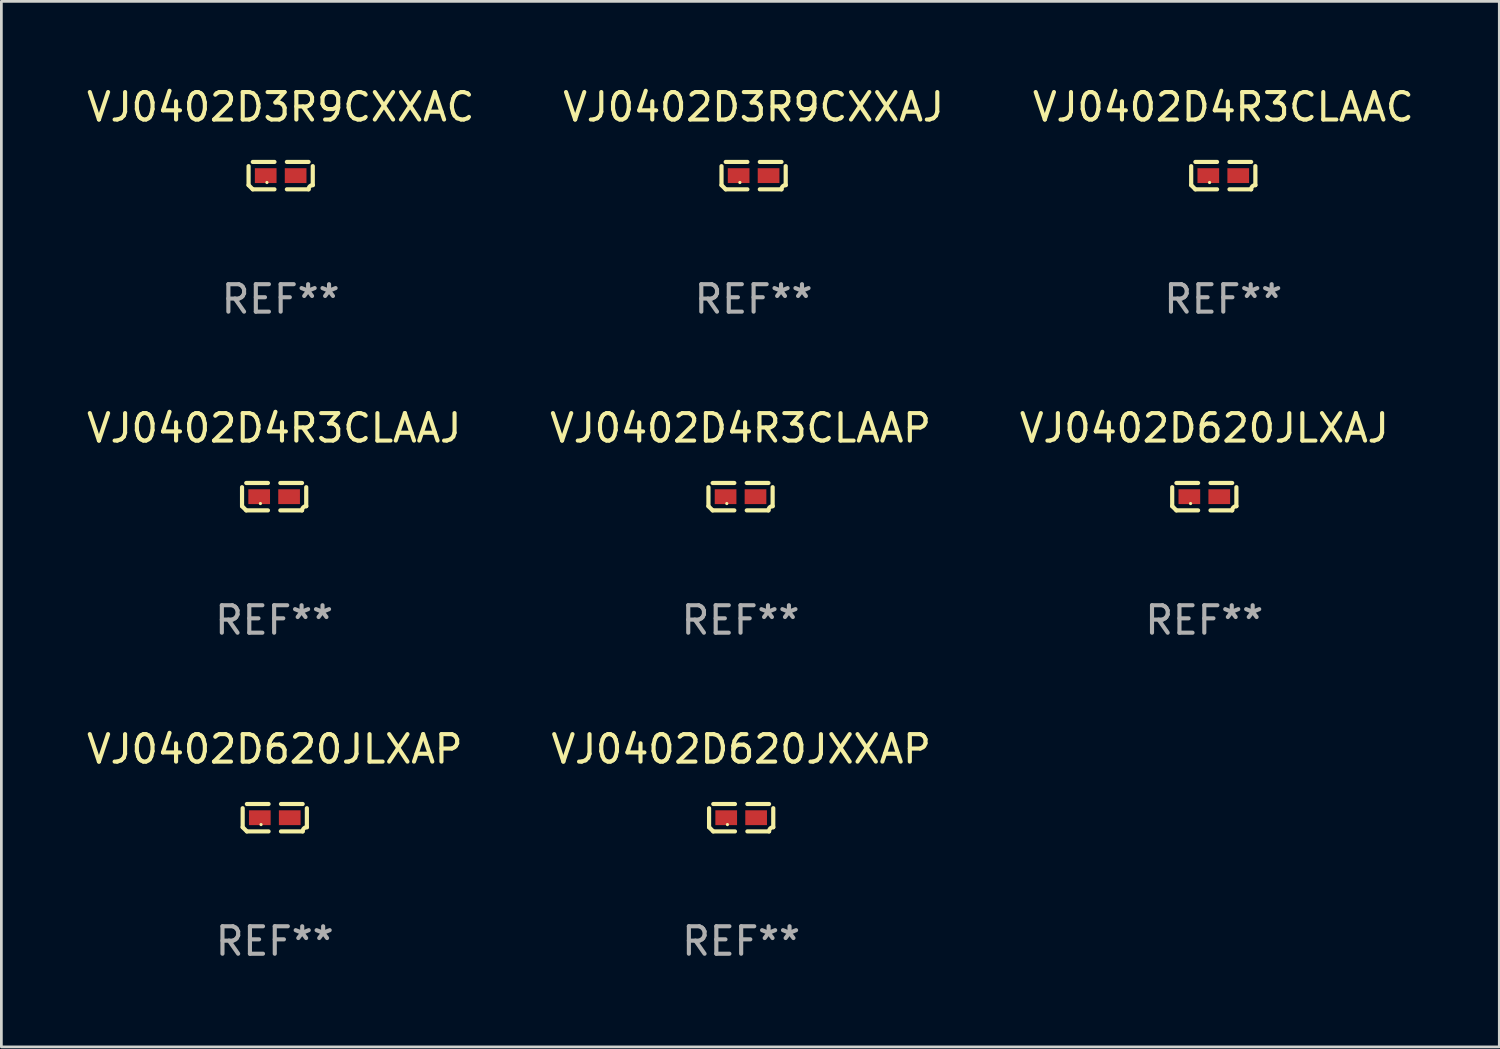
<source format=kicad_pcb>
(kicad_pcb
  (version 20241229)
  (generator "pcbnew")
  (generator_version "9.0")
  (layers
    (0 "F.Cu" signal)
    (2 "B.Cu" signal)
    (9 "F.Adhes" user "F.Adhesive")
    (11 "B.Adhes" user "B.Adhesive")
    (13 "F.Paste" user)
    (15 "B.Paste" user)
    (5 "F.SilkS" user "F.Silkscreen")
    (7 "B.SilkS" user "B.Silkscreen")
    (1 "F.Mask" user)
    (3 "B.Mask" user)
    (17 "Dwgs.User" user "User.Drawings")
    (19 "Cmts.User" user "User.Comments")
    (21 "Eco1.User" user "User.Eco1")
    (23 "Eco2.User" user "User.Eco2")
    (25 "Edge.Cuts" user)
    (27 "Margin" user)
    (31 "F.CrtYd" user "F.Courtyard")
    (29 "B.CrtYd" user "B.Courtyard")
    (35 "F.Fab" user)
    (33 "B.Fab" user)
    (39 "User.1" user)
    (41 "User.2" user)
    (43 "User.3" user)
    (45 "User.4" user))
  (footprint "VJ0402D4R3CLAAJ"
    (layer "F.Cu")
    (at 6.935 15.041)
    (property "Reference" "VJ0402D4R3CLAAJ" (at 0 -2.499 0) (layer "F.SilkS") (effects (font (size 1 1) (thickness 0.15))))
    (attr through_hole)
    (fp_line (start -1.169 0.346) (end -1.169 -0.346) (stroke (width 0.152) (type solid)) (layer "F.SilkS"))
    (fp_line (start -1.016 -0.499) (end -0.226 -0.499) (stroke (width 0.152) (type solid)) (layer "F.SilkS"))
    (fp_line (start -0.226 0.499) (end -1.016 0.499) (stroke (width 0.152) (type solid)) (layer "F.SilkS"))
    (fp_line (start 0.226 0.499) (end 1.016 0.499) (stroke (width 0.152) (type solid)) (layer "F.SilkS"))
    (fp_line (start 1.016 -0.499) (end 0.226 -0.499) (stroke (width 0.152) (type solid)) (layer "F.SilkS"))
    (fp_line (start 1.169 0.346) (end 1.169 -0.346) (stroke (width 0.152) (type solid)) (layer "F.SilkS"))
    (fp_arc (start -1.016307 0.498603) (mid -1.092512 0.422405) (end -1.16871 0.3462) (stroke (width 0.1524) (type solid)) (layer "F.SilkS"))
    (fp_arc (start 1.016307 0.498603) (mid 1.060899 0.390758) (end 1.168707 0.346076) (stroke (width 0.1524) (type solid)) (layer "F.SilkS"))
    (fp_circle (center -0.5 0.25) (end -0.47 0.25) (stroke (width 0.06) (type solid)) (fill no) (layer "F.SilkS"))
    (fp_text user "REF**" (at 0 4.499 0) (layer "F.Fab") (effects (font (size 1 1) (thickness 0.15))))
    (pad "1" smd rect (at -0.545 0) (size 0.79 0.54) (layers "F.Cu" "F.Mask" "F.Paste"))
    (pad "2" smd rect (at 0.545 0) (size 0.79 0.54) (layers "F.Cu" "F.Mask" "F.Paste")))
  (footprint "VJ0402D620JLXAJ"
    (layer "F.Cu")
    (at 40.815 15.041)
    (property "Reference" "VJ0402D620JLXAJ" (at 0 -2.499 0) (layer "F.SilkS") (effects (font (size 1 1) (thickness 0.15))))
    (attr through_hole)
    (fp_line (start -1.169 0.346) (end -1.169 -0.346) (stroke (width 0.152) (type solid)) (layer "F.SilkS"))
    (fp_line (start -1.016 -0.499) (end -0.226 -0.499) (stroke (width 0.152) (type solid)) (layer "F.SilkS"))
    (fp_line (start -0.226 0.499) (end -1.016 0.499) (stroke (width 0.152) (type solid)) (layer "F.SilkS"))
    (fp_line (start 0.226 0.499) (end 1.016 0.499) (stroke (width 0.152) (type solid)) (layer "F.SilkS"))
    (fp_line (start 1.016 -0.499) (end 0.226 -0.499) (stroke (width 0.152) (type solid)) (layer "F.SilkS"))
    (fp_line (start 1.169 0.346) (end 1.169 -0.346) (stroke (width 0.152) (type solid)) (layer "F.SilkS"))
    (fp_arc (start -1.016307 0.498603) (mid -1.092512 0.422405) (end -1.16871 0.3462) (stroke (width 0.1524) (type solid)) (layer "F.SilkS"))
    (fp_arc (start 1.016307 0.498603) (mid 1.060899 0.390758) (end 1.168707 0.346076) (stroke (width 0.1524) (type solid)) (layer "F.SilkS"))
    (fp_circle (center -0.5 0.25) (end -0.47 0.25) (stroke (width 0.06) (type solid)) (fill no) (layer "F.SilkS"))
    (fp_text user "REF**" (at 0 4.499 0) (layer "F.Fab") (effects (font (size 1 1) (thickness 0.15))))
    (pad "1" smd rect (at -0.545 0) (size 0.79 0.54) (layers "F.Cu" "F.Mask" "F.Paste"))
    (pad "2" smd rect (at 0.545 0) (size 0.79 0.54) (layers "F.Cu" "F.Mask" "F.Paste")))
  (footprint "VJ0402D620JXXAP"
    (layer "F.Cu")
    (at 23.946 26.734)
    (property "Reference" "VJ0402D620JXXAP" (at 0 -2.499 0) (layer "F.SilkS") (effects (font (size 1 1) (thickness 0.15))))
    (attr through_hole)
    (fp_line (start -1.169 0.346) (end -1.169 -0.346) (stroke (width 0.152) (type solid)) (layer "F.SilkS"))
    (fp_line (start -1.016 -0.499) (end -0.226 -0.499) (stroke (width 0.152) (type solid)) (layer "F.SilkS"))
    (fp_line (start -0.226 0.499) (end -1.016 0.499) (stroke (width 0.152) (type solid)) (layer "F.SilkS"))
    (fp_line (start 0.226 0.499) (end 1.016 0.499) (stroke (width 0.152) (type solid)) (layer "F.SilkS"))
    (fp_line (start 1.016 -0.499) (end 0.226 -0.499) (stroke (width 0.152) (type solid)) (layer "F.SilkS"))
    (fp_line (start 1.169 0.346) (end 1.169 -0.346) (stroke (width 0.152) (type solid)) (layer "F.SilkS"))
    (fp_arc (start -1.016307 0.498603) (mid -1.092512 0.422405) (end -1.16871 0.3462) (stroke (width 0.1524) (type solid)) (layer "F.SilkS"))
    (fp_arc (start 1.016307 0.498603) (mid 1.060899 0.390758) (end 1.168707 0.346076) (stroke (width 0.1524) (type solid)) (layer "F.SilkS"))
    (fp_circle (center -0.5 0.25) (end -0.47 0.25) (stroke (width 0.06) (type solid)) (fill no) (layer "F.SilkS"))
    (fp_text user "REF**" (at 0 4.499 0) (layer "F.Fab") (effects (font (size 1 1) (thickness 0.15))))
    (pad "1" smd rect (at -0.545 0) (size 0.79 0.54) (layers "F.Cu" "F.Mask" "F.Paste"))
    (pad "2" smd rect (at 0.545 0) (size 0.79 0.54) (layers "F.Cu" "F.Mask" "F.Paste")))
  (footprint "VJ0402D3R9CXXAJ"
    (layer "F.Cu")
    (at 24.399 3.347)
    (property "Reference" "VJ0402D3R9CXXAJ" (at 0 -2.499 0) (layer "F.SilkS") (effects (font (size 1 1) (thickness 0.15))))
    (attr through_hole)
    (fp_line (start -1.169 0.346) (end -1.169 -0.346) (stroke (width 0.152) (type solid)) (layer "F.SilkS"))
    (fp_line (start -1.016 -0.499) (end -0.226 -0.499) (stroke (width 0.152) (type solid)) (layer "F.SilkS"))
    (fp_line (start -0.226 0.499) (end -1.016 0.499) (stroke (width 0.152) (type solid)) (layer "F.SilkS"))
    (fp_line (start 0.226 0.499) (end 1.016 0.499) (stroke (width 0.152) (type solid)) (layer "F.SilkS"))
    (fp_line (start 1.016 -0.499) (end 0.226 -0.499) (stroke (width 0.152) (type solid)) (layer "F.SilkS"))
    (fp_line (start 1.169 0.346) (end 1.169 -0.346) (stroke (width 0.152) (type solid)) (layer "F.SilkS"))
    (fp_arc (start -1.016307 0.498603) (mid -1.092512 0.422405) (end -1.16871 0.3462) (stroke (width 0.1524) (type solid)) (layer "F.SilkS"))
    (fp_arc (start 1.016307 0.498603) (mid 1.060899 0.390758) (end 1.168707 0.346076) (stroke (width 0.1524) (type solid)) (layer "F.SilkS"))
    (fp_circle (center -0.5 0.25) (end -0.47 0.25) (stroke (width 0.06) (type solid)) (fill no) (layer "F.SilkS"))
    (fp_text user "REF**" (at 0 4.499 0) (layer "F.Fab") (effects (font (size 1 1) (thickness 0.15))))
    (pad "1" smd rect (at -0.545 0) (size 0.79 0.54) (layers "F.Cu" "F.Mask" "F.Paste"))
    (pad "2" smd rect (at 0.545 0) (size 0.79 0.54) (layers "F.Cu" "F.Mask" "F.Paste")))
  (footprint "VJ0402D3R9CXXAC"
    (layer "F.Cu")
    (at 7.173 3.347)
    (property "Reference" "VJ0402D3R9CXXAC" (at 0 -2.499 0) (layer "F.SilkS") (effects (font (size 1 1) (thickness 0.15))))
    (attr through_hole)
    (fp_line (start -1.169 0.346) (end -1.169 -0.346) (stroke (width 0.152) (type solid)) (layer "F.SilkS"))
    (fp_line (start -1.016 -0.499) (end -0.226 -0.499) (stroke (width 0.152) (type solid)) (layer "F.SilkS"))
    (fp_line (start -0.226 0.499) (end -1.016 0.499) (stroke (width 0.152) (type solid)) (layer "F.SilkS"))
    (fp_line (start 0.226 0.499) (end 1.016 0.499) (stroke (width 0.152) (type solid)) (layer "F.SilkS"))
    (fp_line (start 1.016 -0.499) (end 0.226 -0.499) (stroke (width 0.152) (type solid)) (layer "F.SilkS"))
    (fp_line (start 1.169 0.346) (end 1.169 -0.346) (stroke (width 0.152) (type solid)) (layer "F.SilkS"))
    (fp_arc (start -1.016307 0.498603) (mid -1.092512 0.422405) (end -1.16871 0.3462) (stroke (width 0.1524) (type solid)) (layer "F.SilkS"))
    (fp_arc (start 1.016307 0.498603) (mid 1.060899 0.390758) (end 1.168707 0.346076) (stroke (width 0.1524) (type solid)) (layer "F.SilkS"))
    (fp_circle (center -0.5 0.25) (end -0.47 0.25) (stroke (width 0.06) (type solid)) (fill no) (layer "F.SilkS"))
    (fp_text user "REF**" (at 0 4.499 0) (layer "F.Fab") (effects (font (size 1 1) (thickness 0.15))))
    (pad "1" smd rect (at -0.545 0) (size 0.79 0.54) (layers "F.Cu" "F.Mask" "F.Paste"))
    (pad "2" smd rect (at 0.545 0) (size 0.79 0.54) (layers "F.Cu" "F.Mask" "F.Paste")))
  (footprint "VJ0402D620JLXAP"
    (layer "F.Cu")
    (at 6.958 26.734)
    (property "Reference" "VJ0402D620JLXAP" (at 0 -2.499 0) (layer "F.SilkS") (effects (font (size 1 1) (thickness 0.15))))
    (attr through_hole)
    (fp_line (start -1.169 0.346) (end -1.169 -0.346) (stroke (width 0.152) (type solid)) (layer "F.SilkS"))
    (fp_line (start -1.016 -0.499) (end -0.226 -0.499) (stroke (width 0.152) (type solid)) (layer "F.SilkS"))
    (fp_line (start -0.226 0.499) (end -1.016 0.499) (stroke (width 0.152) (type solid)) (layer "F.SilkS"))
    (fp_line (start 0.226 0.499) (end 1.016 0.499) (stroke (width 0.152) (type solid)) (layer "F.SilkS"))
    (fp_line (start 1.016 -0.499) (end 0.226 -0.499) (stroke (width 0.152) (type solid)) (layer "F.SilkS"))
    (fp_line (start 1.169 0.346) (end 1.169 -0.346) (stroke (width 0.152) (type solid)) (layer "F.SilkS"))
    (fp_arc (start -1.016307 0.498603) (mid -1.092512 0.422405) (end -1.16871 0.3462) (stroke (width 0.1524) (type solid)) (layer "F.SilkS"))
    (fp_arc (start 1.016307 0.498603) (mid 1.060899 0.390758) (end 1.168707 0.346076) (stroke (width 0.1524) (type solid)) (layer "F.SilkS"))
    (fp_circle (center -0.5 0.25) (end -0.47 0.25) (stroke (width 0.06) (type solid)) (fill no) (layer "F.SilkS"))
    (fp_text user "REF**" (at 0 4.499 0) (layer "F.Fab") (effects (font (size 1 1) (thickness 0.15))))
    (pad "1" smd rect (at -0.545 0) (size 0.79 0.54) (layers "F.Cu" "F.Mask" "F.Paste"))
    (pad "2" smd rect (at 0.545 0) (size 0.79 0.54) (layers "F.Cu" "F.Mask" "F.Paste")))
  (footprint "VJ0402D4R3CLAAC"
    (layer "F.Cu")
    (at 41.506 3.347)
    (property "Reference" "VJ0402D4R3CLAAC" (at 0 -2.499 0) (layer "F.SilkS") (effects (font (size 1 1) (thickness 0.15))))
    (attr through_hole)
    (fp_line (start -1.169 0.346) (end -1.169 -0.346) (stroke (width 0.152) (type solid)) (layer "F.SilkS"))
    (fp_line (start -1.016 -0.499) (end -0.226 -0.499) (stroke (width 0.152) (type solid)) (layer "F.SilkS"))
    (fp_line (start -0.226 0.499) (end -1.016 0.499) (stroke (width 0.152) (type solid)) (layer "F.SilkS"))
    (fp_line (start 0.226 0.499) (end 1.016 0.499) (stroke (width 0.152) (type solid)) (layer "F.SilkS"))
    (fp_line (start 1.016 -0.499) (end 0.226 -0.499) (stroke (width 0.152) (type solid)) (layer "F.SilkS"))
    (fp_line (start 1.169 0.346) (end 1.169 -0.346) (stroke (width 0.152) (type solid)) (layer "F.SilkS"))
    (fp_arc (start -1.016307 0.498603) (mid -1.092512 0.422405) (end -1.16871 0.3462) (stroke (width 0.1524) (type solid)) (layer "F.SilkS"))
    (fp_arc (start 1.016307 0.498603) (mid 1.060899 0.390758) (end 1.168707 0.346076) (stroke (width 0.1524) (type solid)) (layer "F.SilkS"))
    (fp_circle (center -0.5 0.25) (end -0.47 0.25) (stroke (width 0.06) (type solid)) (fill no) (layer "F.SilkS"))
    (fp_text user "REF**" (at 0 4.499 0) (layer "F.Fab") (effects (font (size 1 1) (thickness 0.15))))
    (pad "1" smd rect (at -0.545 0) (size 0.79 0.54) (layers "F.Cu" "F.Mask" "F.Paste"))
    (pad "2" smd rect (at 0.545 0) (size 0.79 0.54) (layers "F.Cu" "F.Mask" "F.Paste")))
  (footprint "VJ0402D4R3CLAAP"
    (layer "F.Cu")
    (at 23.923 15.041)
    (property "Reference" "VJ0402D4R3CLAAP" (at 0 -2.499 0) (layer "F.SilkS") (effects (font (size 1 1) (thickness 0.15))))
    (attr through_hole)
    (fp_line (start -1.169 0.346) (end -1.169 -0.346) (stroke (width 0.152) (type solid)) (layer "F.SilkS"))
    (fp_line (start -1.016 -0.499) (end -0.226 -0.499) (stroke (width 0.152) (type solid)) (layer "F.SilkS"))
    (fp_line (start -0.226 0.499) (end -1.016 0.499) (stroke (width 0.152) (type solid)) (layer "F.SilkS"))
    (fp_line (start 0.226 0.499) (end 1.016 0.499) (stroke (width 0.152) (type solid)) (layer "F.SilkS"))
    (fp_line (start 1.016 -0.499) (end 0.226 -0.499) (stroke (width 0.152) (type solid)) (layer "F.SilkS"))
    (fp_line (start 1.169 0.346) (end 1.169 -0.346) (stroke (width 0.152) (type solid)) (layer "F.SilkS"))
    (fp_arc (start -1.016307 0.498603) (mid -1.092512 0.422405) (end -1.16871 0.3462) (stroke (width 0.1524) (type solid)) (layer "F.SilkS"))
    (fp_arc (start 1.016307 0.498603) (mid 1.060899 0.390758) (end 1.168707 0.346076) (stroke (width 0.1524) (type solid)) (layer "F.SilkS"))
    (fp_circle (center -0.5 0.25) (end -0.47 0.25) (stroke (width 0.06) (type solid)) (fill no) (layer "F.SilkS"))
    (fp_text user "REF**" (at 0 4.499 0) (layer "F.Fab") (effects (font (size 1 1) (thickness 0.15))))
    (pad "1" smd rect (at -0.545 0) (size 0.79 0.54) (layers "F.Cu" "F.Mask" "F.Paste"))
    (pad "2" smd rect (at 0.545 0) (size 0.79 0.54) (layers "F.Cu" "F.Mask" "F.Paste")))
  (gr_rect
    (start -3 -3)
    (end 51.56 35.081)
    (stroke (width 0.1) (type default))
    (fill no)
    (layer "Edge.Cuts")))
</source>
